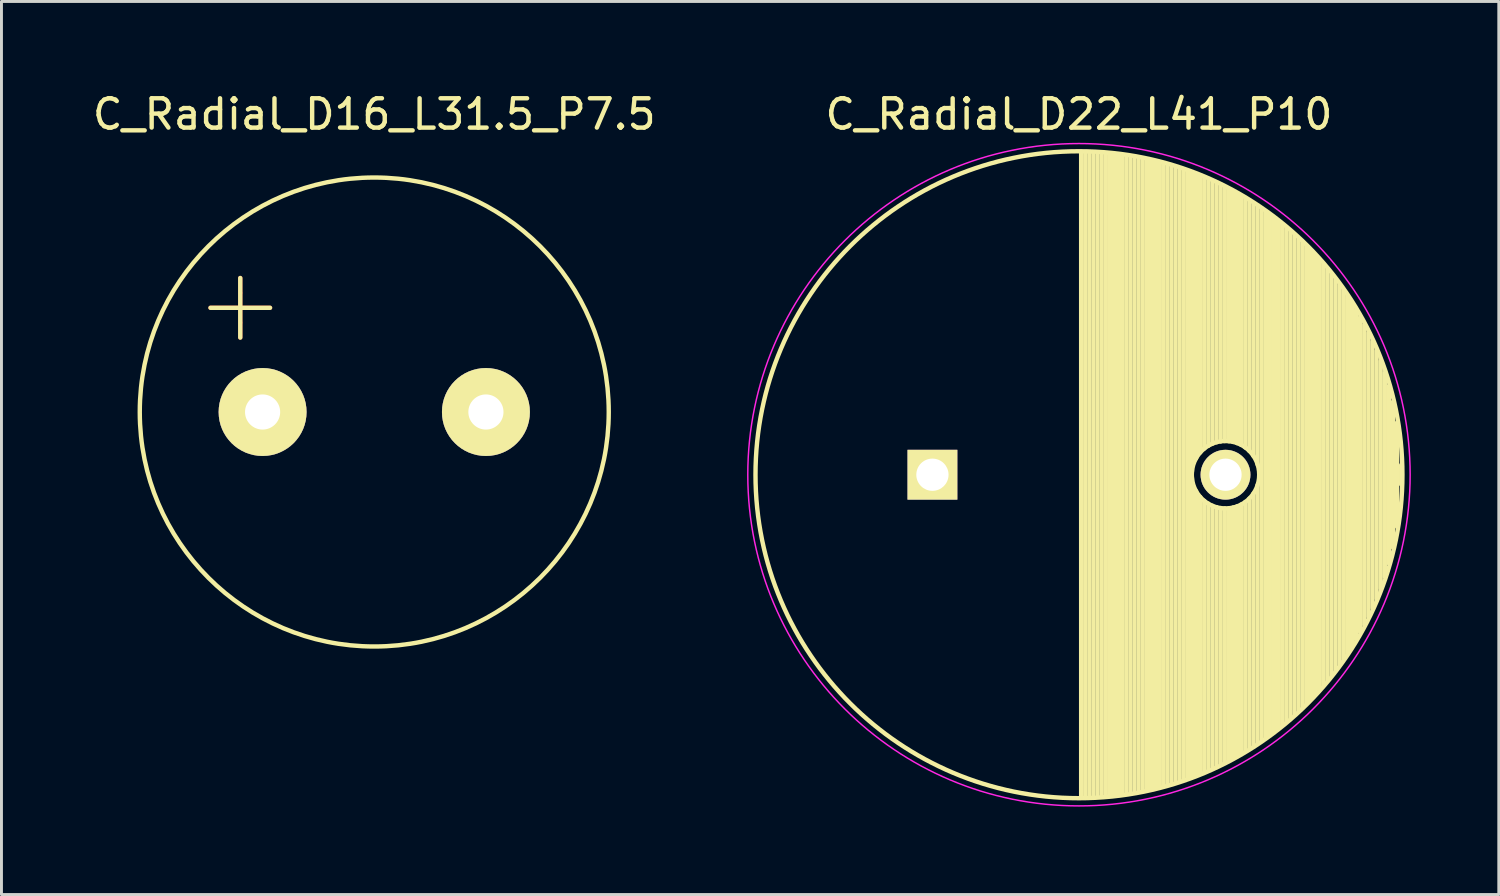
<source format=kicad_pcb>
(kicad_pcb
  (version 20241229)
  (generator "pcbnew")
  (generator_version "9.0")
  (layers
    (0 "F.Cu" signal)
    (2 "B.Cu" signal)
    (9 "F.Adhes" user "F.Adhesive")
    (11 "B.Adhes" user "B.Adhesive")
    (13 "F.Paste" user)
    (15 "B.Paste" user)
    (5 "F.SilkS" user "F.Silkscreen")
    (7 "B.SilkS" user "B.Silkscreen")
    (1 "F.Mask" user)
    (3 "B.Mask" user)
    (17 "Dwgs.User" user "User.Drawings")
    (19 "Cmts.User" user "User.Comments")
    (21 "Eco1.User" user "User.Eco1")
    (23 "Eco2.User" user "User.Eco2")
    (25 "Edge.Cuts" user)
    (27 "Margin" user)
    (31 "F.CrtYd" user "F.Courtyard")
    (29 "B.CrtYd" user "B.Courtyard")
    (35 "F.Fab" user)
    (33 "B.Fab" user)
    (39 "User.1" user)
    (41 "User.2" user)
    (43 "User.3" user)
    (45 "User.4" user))
  (footprint "C_Radial_D22_L41_P10"
    (layer "F.Cu")
    (at 28.765 13.148)
    (property "Reference" "C_Radial_D22_L41_P10" (at 5 -12.3 0) (layer "F.SilkS") (effects (font (size 1 1) (thickness 0.15))))
    (attr through_hole)
    (fp_line (start 5.075 -11) (end 5.075 11) (stroke (width 0.15) (type solid)) (layer "F.SilkS"))
    (fp_line (start 5.215 -10.998) (end 5.215 10.998) (stroke (width 0.15) (type solid)) (layer "F.SilkS"))
    (fp_line (start 5.355 -10.994) (end 5.355 10.994) (stroke (width 0.15) (type solid)) (layer "F.SilkS"))
    (fp_line (start 5.495 -10.989) (end 5.495 10.989) (stroke (width 0.15) (type solid)) (layer "F.SilkS"))
    (fp_line (start 5.635 -10.982) (end 5.635 10.982) (stroke (width 0.15) (type solid)) (layer "F.SilkS"))
    (fp_line (start 5.775 -10.973) (end 5.775 10.973) (stroke (width 0.15) (type solid)) (layer "F.SilkS"))
    (fp_line (start 5.915 -10.962) (end 5.915 10.962) (stroke (width 0.15) (type solid)) (layer "F.SilkS"))
    (fp_line (start 6.055 -10.949) (end 6.055 10.949) (stroke (width 0.15) (type solid)) (layer "F.SilkS"))
    (fp_line (start 6.195 -10.935) (end 6.195 10.935) (stroke (width 0.15) (type solid)) (layer "F.SilkS"))
    (fp_line (start 6.335 -10.919) (end 6.335 10.919) (stroke (width 0.15) (type solid)) (layer "F.SilkS"))
    (fp_line (start 6.475 -10.901) (end 6.475 10.901) (stroke (width 0.15) (type solid)) (layer "F.SilkS"))
    (fp_line (start 6.615 -10.881) (end 6.615 10.881) (stroke (width 0.15) (type solid)) (layer "F.SilkS"))
    (fp_line (start 6.755 -10.859) (end 6.755 10.859) (stroke (width 0.15) (type solid)) (layer "F.SilkS"))
    (fp_line (start 6.895 -10.836) (end 6.895 10.836) (stroke (width 0.15) (type solid)) (layer "F.SilkS"))
    (fp_line (start 7.035 -10.81) (end 7.035 10.81) (stroke (width 0.15) (type solid)) (layer "F.SilkS"))
    (fp_line (start 7.175 -10.783) (end 7.175 10.783) (stroke (width 0.15) (type solid)) (layer "F.SilkS"))
    (fp_line (start 7.315 -10.754) (end 7.315 10.754) (stroke (width 0.15) (type solid)) (layer "F.SilkS"))
    (fp_line (start 7.455 -10.723) (end 7.455 10.723) (stroke (width 0.15) (type solid)) (layer "F.SilkS"))
    (fp_line (start 7.595 -10.69) (end 7.595 10.69) (stroke (width 0.15) (type solid)) (layer "F.SilkS"))
    (fp_line (start 7.735 -10.655) (end 7.735 10.655) (stroke (width 0.15) (type solid)) (layer "F.SilkS"))
    (fp_line (start 7.875 -10.618) (end 7.875 10.618) (stroke (width 0.15) (type solid)) (layer "F.SilkS"))
    (fp_line (start 8.015 -10.579) (end 8.015 10.579) (stroke (width 0.15) (type solid)) (layer "F.SilkS"))
    (fp_line (start 8.155 -10.538) (end 8.155 10.538) (stroke (width 0.15) (type solid)) (layer "F.SilkS"))
    (fp_line (start 8.295 -10.495) (end 8.295 10.495) (stroke (width 0.15) (type solid)) (layer "F.SilkS"))
    (fp_line (start 8.435 -10.45) (end 8.435 10.45) (stroke (width 0.15) (type solid)) (layer "F.SilkS"))
    (fp_line (start 8.575 -10.403) (end 8.575 10.403) (stroke (width 0.15) (type solid)) (layer "F.SilkS"))
    (fp_line (start 8.715 -10.354) (end 8.715 10.354) (stroke (width 0.15) (type solid)) (layer "F.SilkS"))
    (fp_line (start 8.855 -10.302) (end 8.855 -0.107) (stroke (width 0.15) (type solid)) (layer "F.SilkS"))
    (fp_line (start 8.855 0.107) (end 8.855 10.302) (stroke (width 0.15) (type solid)) (layer "F.SilkS"))
    (fp_line (start 8.995 -10.249) (end 8.995 -0.559) (stroke (width 0.15) (type solid)) (layer "F.SilkS"))
    (fp_line (start 8.995 0.559) (end 8.995 10.249) (stroke (width 0.15) (type solid)) (layer "F.SilkS"))
    (fp_line (start 9.135 -10.193) (end 9.135 -0.758) (stroke (width 0.15) (type solid)) (layer "F.SilkS"))
    (fp_line (start 9.135 0.758) (end 9.135 10.193) (stroke (width 0.15) (type solid)) (layer "F.SilkS"))
    (fp_line (start 9.275 -10.135) (end 9.275 -0.893) (stroke (width 0.15) (type solid)) (layer "F.SilkS"))
    (fp_line (start 9.275 0.893) (end 9.275 10.135) (stroke (width 0.15) (type solid)) (layer "F.SilkS"))
    (fp_line (start 9.415 -10.075) (end 9.415 -0.99) (stroke (width 0.15) (type solid)) (layer "F.SilkS"))
    (fp_line (start 9.415 0.99) (end 9.415 10.075) (stroke (width 0.15) (type solid)) (layer "F.SilkS"))
    (fp_line (start 9.555 -10.013) (end 9.555 -1.06) (stroke (width 0.15) (type solid)) (layer "F.SilkS"))
    (fp_line (start 9.555 1.06) (end 9.555 10.013) (stroke (width 0.15) (type solid)) (layer "F.SilkS"))
    (fp_line (start 9.695 -9.948) (end 9.695 -1.109) (stroke (width 0.15) (type solid)) (layer "F.SilkS"))
    (fp_line (start 9.695 1.109) (end 9.695 9.948) (stroke (width 0.15) (type solid)) (layer "F.SilkS"))
    (fp_line (start 9.835 -9.88) (end 9.835 -1.138) (stroke (width 0.15) (type solid)) (layer "F.SilkS"))
    (fp_line (start 9.835 1.138) (end 9.835 9.88) (stroke (width 0.15) (type solid)) (layer "F.SilkS"))
    (fp_line (start 9.975 -9.811) (end 9.975 -1.15) (stroke (width 0.15) (type solid)) (layer "F.SilkS"))
    (fp_line (start 9.975 1.15) (end 9.975 9.811) (stroke (width 0.15) (type solid)) (layer "F.SilkS"))
    (fp_line (start 10.115 -9.738) (end 10.115 -1.144) (stroke (width 0.15) (type solid)) (layer "F.SilkS"))
    (fp_line (start 10.115 1.144) (end 10.115 9.738) (stroke (width 0.15) (type solid)) (layer "F.SilkS"))
    (fp_line (start 10.255 -9.664) (end 10.255 -1.121) (stroke (width 0.15) (type solid)) (layer "F.SilkS"))
    (fp_line (start 10.255 1.121) (end 10.255 9.664) (stroke (width 0.15) (type solid)) (layer "F.SilkS"))
    (fp_line (start 10.395 -9.586) (end 10.395 -1.08) (stroke (width 0.15) (type solid)) (layer "F.SilkS"))
    (fp_line (start 10.395 1.08) (end 10.395 9.586) (stroke (width 0.15) (type solid)) (layer "F.SilkS"))
    (fp_line (start 10.535 -9.506) (end 10.535 -1.018) (stroke (width 0.15) (type solid)) (layer "F.SilkS"))
    (fp_line (start 10.535 1.018) (end 10.535 9.506) (stroke (width 0.15) (type solid)) (layer "F.SilkS"))
    (fp_line (start 10.675 -9.423) (end 10.675 -0.931) (stroke (width 0.15) (type solid)) (layer "F.SilkS"))
    (fp_line (start 10.675 0.931) (end 10.675 9.423) (stroke (width 0.15) (type solid)) (layer "F.SilkS"))
    (fp_line (start 10.815 -9.337) (end 10.815 -0.811) (stroke (width 0.15) (type solid)) (layer "F.SilkS"))
    (fp_line (start 10.815 0.811) (end 10.815 9.337) (stroke (width 0.15) (type solid)) (layer "F.SilkS"))
    (fp_line (start 10.955 -9.249) (end 10.955 -0.641) (stroke (width 0.15) (type solid)) (layer "F.SilkS"))
    (fp_line (start 10.955 0.641) (end 10.955 9.249) (stroke (width 0.15) (type solid)) (layer "F.SilkS"))
    (fp_line (start 11.095 -9.157) (end 11.095 -0.351) (stroke (width 0.15) (type solid)) (layer "F.SilkS"))
    (fp_line (start 11.095 0.351) (end 11.095 9.157) (stroke (width 0.15) (type solid)) (layer "F.SilkS"))
    (fp_line (start 11.235 -9.062) (end 11.235 9.062) (stroke (width 0.15) (type solid)) (layer "F.SilkS"))
    (fp_line (start 11.375 -8.964) (end 11.375 8.964) (stroke (width 0.15) (type solid)) (layer "F.SilkS"))
    (fp_line (start 11.515 -8.863) (end 11.515 8.863) (stroke (width 0.15) (type solid)) (layer "F.SilkS"))
    (fp_line (start 11.655 -8.758) (end 11.655 8.758) (stroke (width 0.15) (type solid)) (layer "F.SilkS"))
    (fp_line (start 11.795 -8.65) (end 11.795 8.65) (stroke (width 0.15) (type solid)) (layer "F.SilkS"))
    (fp_line (start 11.935 -8.538) (end 11.935 8.538) (stroke (width 0.15) (type solid)) (layer "F.SilkS"))
    (fp_line (start 12.075 -8.423) (end 12.075 8.423) (stroke (width 0.15) (type solid)) (layer "F.SilkS"))
    (fp_line (start 12.215 -8.303) (end 12.215 8.303) (stroke (width 0.15) (type solid)) (layer "F.SilkS"))
    (fp_line (start 12.355 -8.179) (end 12.355 8.179) (stroke (width 0.15) (type solid)) (layer "F.SilkS"))
    (fp_line (start 12.495 -8.051) (end 12.495 8.051) (stroke (width 0.15) (type solid)) (layer "F.SilkS"))
    (fp_line (start 12.635 -7.919) (end 12.635 7.919) (stroke (width 0.15) (type solid)) (layer "F.SilkS"))
    (fp_line (start 12.775 -7.781) (end 12.775 7.781) (stroke (width 0.15) (type solid)) (layer "F.SilkS"))
    (fp_line (start 12.915 -7.639) (end 12.915 7.639) (stroke (width 0.15) (type solid)) (layer "F.SilkS"))
    (fp_line (start 13.055 -7.491) (end 13.055 7.491) (stroke (width 0.15) (type solid)) (layer "F.SilkS"))
    (fp_line (start 13.195 -7.338) (end 13.195 7.338) (stroke (width 0.15) (type solid)) (layer "F.SilkS"))
    (fp_line (start 13.335 -7.178) (end 13.335 7.178) (stroke (width 0.15) (type solid)) (layer "F.SilkS"))
    (fp_line (start 13.475 -7.012) (end 13.475 7.012) (stroke (width 0.15) (type solid)) (layer "F.SilkS"))
    (fp_line (start 13.615 -6.84) (end 13.615 6.84) (stroke (width 0.15) (type solid)) (layer "F.SilkS"))
    (fp_line (start 13.755 -6.66) (end 13.755 6.66) (stroke (width 0.15) (type solid)) (layer "F.SilkS"))
    (fp_line (start 13.895 -6.471) (end 13.895 6.471) (stroke (width 0.15) (type solid)) (layer "F.SilkS"))
    (fp_line (start 14.035 -6.274) (end 14.035 6.274) (stroke (width 0.15) (type solid)) (layer "F.SilkS"))
    (fp_line (start 14.175 -6.068) (end 14.175 6.068) (stroke (width 0.15) (type solid)) (layer "F.SilkS"))
    (fp_line (start 14.315 -5.851) (end 14.315 5.851) (stroke (width 0.15) (type solid)) (layer "F.SilkS"))
    (fp_line (start 14.455 -5.622) (end 14.455 5.622) (stroke (width 0.15) (type solid)) (layer "F.SilkS"))
    (fp_line (start 14.595 -5.379) (end 14.595 5.379) (stroke (width 0.15) (type solid)) (layer "F.SilkS"))
    (fp_line (start 14.735 -5.122) (end 14.735 5.122) (stroke (width 0.15) (type solid)) (layer "F.SilkS"))
    (fp_line (start 14.875 -4.846) (end 14.875 4.846) (stroke (width 0.15) (type solid)) (layer "F.SilkS"))
    (fp_line (start 15.015 -4.55) (end 15.015 4.55) (stroke (width 0.15) (type solid)) (layer "F.SilkS"))
    (fp_line (start 15.155 -4.228) (end 15.155 4.228) (stroke (width 0.15) (type solid)) (layer "F.SilkS"))
    (fp_line (start 15.295 -3.875) (end 15.295 3.875) (stroke (width 0.15) (type solid)) (layer "F.SilkS"))
    (fp_line (start 15.435 -3.48) (end 15.435 3.48) (stroke (width 0.15) (type solid)) (layer "F.SilkS"))
    (fp_line (start 15.575 -3.028) (end 15.575 3.028) (stroke (width 0.15) (type solid)) (layer "F.SilkS"))
    (fp_line (start 15.715 -2.488) (end 15.715 2.488) (stroke (width 0.15) (type solid)) (layer "F.SilkS"))
    (fp_line (start 15.855 -1.78) (end 15.855 1.78) (stroke (width 0.15) (type solid)) (layer "F.SilkS"))
    (fp_line (start 15.995 -0.332) (end 15.995 0.332) (stroke (width 0.15) (type solid)) (layer "F.SilkS"))
    (fp_circle (center 5 0) (end 5 -11.037) (stroke (width 0.15) (type solid)) (fill no) (layer "F.SilkS"))
    (fp_circle (center 10 0) (end 10 -1.15) (stroke (width 0.15) (type solid)) (fill no) (layer "F.SilkS"))
    (fp_circle (center 5 0) (end 5 -11.3) (stroke (width 0.05) (type solid)) (fill no) (layer "F.CrtYd"))
    (pad "1" thru_hole rect (at 0 0) (size 1.7 1.7) (drill 1.1) (layers "*.Cu" "*.Mask" "F.SilkS"))
    (pad "2" thru_hole circle (at 10 0) (size 1.7 1.7) (drill 1.1) (layers "*.Cu" "*.Mask" "F.SilkS")))
  (footprint "C_Radial_D16_L31.5_P7.5"
    (layer "F.Cu")
    (at 5.91 11.008)
    (property "Reference" "C_Radial_D16_L31.5_P7.5" (at 3.81 -10.16 0) (layer "F.SilkS") (effects (font (size 1 1) (thickness 0.15))))
    (attr through_hole)
    (fp_line (start -1.778 -3.556) (end 0.254 -3.556) (stroke (width 0.15) (type solid)) (layer "F.Cu"))
    (fp_line (start -0.762 -4.572) (end -0.762 -4.064) (stroke (width 0.15) (type solid)) (layer "F.Cu"))
    (fp_line (start -0.762 -4.064) (end -0.762 -3.556) (stroke (width 0.15) (type solid)) (layer "F.Cu"))
    (fp_line (start -0.762 -3.556) (end -0.762 -3.048) (stroke (width 0.15) (type solid)) (layer "F.Cu"))
    (fp_line (start -0.762 -3.048) (end -0.762 -2.54) (stroke (width 0.15) (type solid)) (layer "F.Cu"))
    (fp_line (start -1.778 -3.556) (end 0.254 -3.556) (stroke (width 0.15) (type solid)) (layer "F.SilkS"))
    (fp_line (start -0.762 -4.572) (end -0.762 -2.54) (stroke (width 0.15) (type solid)) (layer "F.SilkS"))
    (fp_circle (center 3.81 0) (end 11.811 0) (stroke (width 0.15) (type solid)) (fill no) (layer "F.SilkS"))
    (pad "1" thru_hole circle (at 0 0) (size 3 3) (drill 1.199) (layers "*.Cu" "*.Mask" "F.SilkS"))
    (pad "2" thru_hole circle (at 7.62 0) (size 3 3) (drill 1.199) (layers "*.Cu" "*.Mask" "F.SilkS")))
  (gr_rect
    (start -3 -3)
    (end 48.09 27.473)
    (stroke (width 0.1) (type default))
    (fill no)
    (layer "Edge.Cuts")))
</source>
